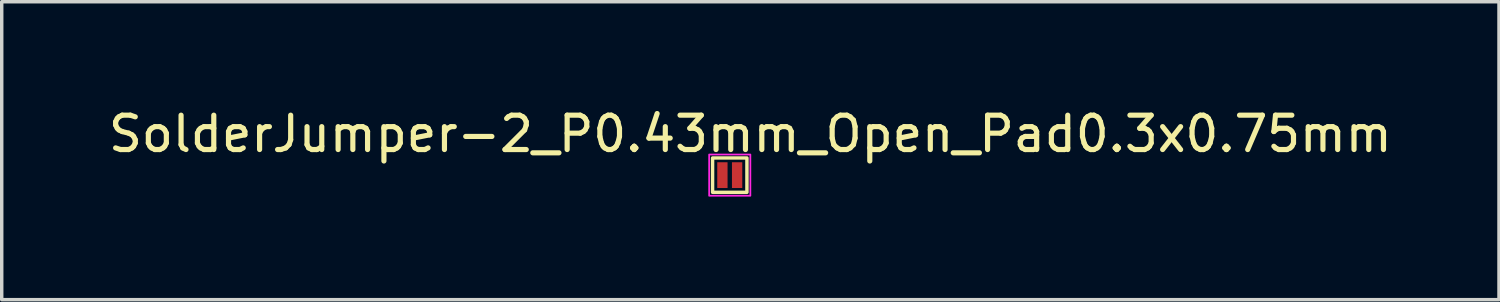
<source format=kicad_pcb>
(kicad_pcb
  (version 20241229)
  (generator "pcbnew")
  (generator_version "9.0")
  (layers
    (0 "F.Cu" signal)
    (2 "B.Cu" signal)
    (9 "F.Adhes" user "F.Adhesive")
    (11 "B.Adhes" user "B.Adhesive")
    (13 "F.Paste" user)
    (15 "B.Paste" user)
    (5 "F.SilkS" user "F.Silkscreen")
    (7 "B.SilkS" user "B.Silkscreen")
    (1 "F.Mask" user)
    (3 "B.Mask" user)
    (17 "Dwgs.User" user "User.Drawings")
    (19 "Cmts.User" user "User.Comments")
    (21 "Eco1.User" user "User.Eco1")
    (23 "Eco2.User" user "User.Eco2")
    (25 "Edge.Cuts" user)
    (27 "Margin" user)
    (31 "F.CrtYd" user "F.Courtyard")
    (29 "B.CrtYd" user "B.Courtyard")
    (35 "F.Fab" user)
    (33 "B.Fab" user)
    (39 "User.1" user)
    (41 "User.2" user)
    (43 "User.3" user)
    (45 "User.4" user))
  (footprint "SolderJumper-2_P0.43mm_Open_Pad0.3x0.75mm"
    (layer "F.Cu")
    (at 18.192 2.048)
    (property "Reference" "SolderJumper-2_P0.43mm_Open_Pad0.3x0.75mm" (at 0.6 -1.2 0) (layer "F.SilkS") (effects (font (size 1 1) (thickness 0.15))))
    (attr exclude_from_pos_files exclude_from_bom)
    (fp_rect (start -0.5 -0.5) (end 0.5 0.5) (stroke (width 0.1) (type default)) (fill no) (layer "F.SilkS"))
    (fp_rect (start -0.6 -0.6) (end 0.6 0.6) (stroke (width 0.05) (type default)) (fill no) (layer "F.CrtYd"))
    (pad "1" smd rect (at -0.214 0) (size 0.3 0.75) (layers "F.Cu" "F.Mask"))
    (pad "2" smd rect (at 0.214 0) (size 0.3 0.75) (layers "F.Cu" "F.Mask")))
  (gr_rect
    (start -3 -3)
    (end 40.583 5.673)
    (stroke (width 0.1) (type default))
    (fill no)
    (layer "Edge.Cuts")))
</source>
